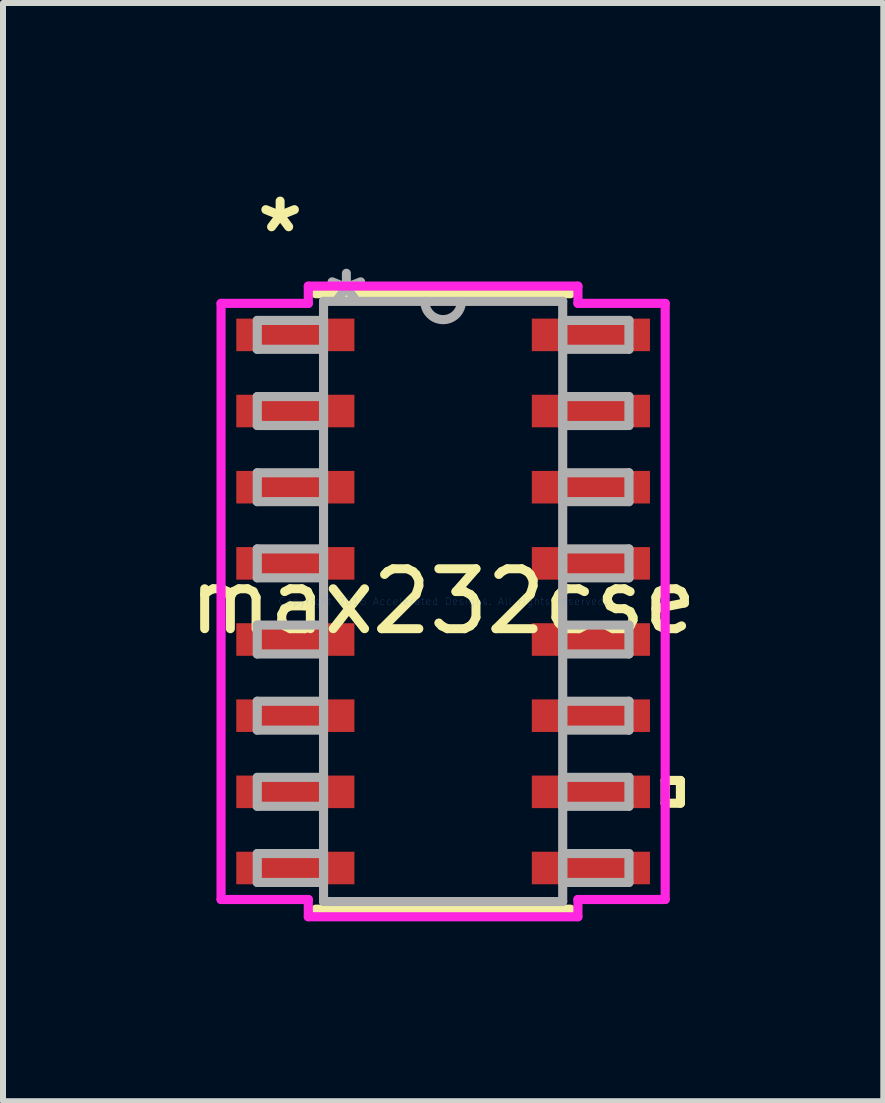
<source format=kicad_pcb>
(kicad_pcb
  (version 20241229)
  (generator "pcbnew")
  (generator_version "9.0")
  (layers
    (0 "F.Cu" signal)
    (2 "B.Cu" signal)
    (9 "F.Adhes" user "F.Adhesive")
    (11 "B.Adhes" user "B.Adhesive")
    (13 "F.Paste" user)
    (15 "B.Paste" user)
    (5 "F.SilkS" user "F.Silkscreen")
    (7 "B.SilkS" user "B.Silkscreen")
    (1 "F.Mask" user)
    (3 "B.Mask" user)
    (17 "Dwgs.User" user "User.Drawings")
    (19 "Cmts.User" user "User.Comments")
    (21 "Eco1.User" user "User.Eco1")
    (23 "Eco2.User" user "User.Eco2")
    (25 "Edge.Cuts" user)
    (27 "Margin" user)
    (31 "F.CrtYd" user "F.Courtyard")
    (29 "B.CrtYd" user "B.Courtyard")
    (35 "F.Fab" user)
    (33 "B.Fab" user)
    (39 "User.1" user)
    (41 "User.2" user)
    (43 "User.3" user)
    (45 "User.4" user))
  (footprint "max232cse"
    (layer "F.Cu")
    (at 4.339 6.979)
    (property "Reference" "max232cse" (at 0 0 0) (layer "F.SilkS") (effects (font (size 1 1) (thickness 0.15))))
    (attr through_hole)
    (fp_line (start -2.121 5.131) (end 2.121 5.131) (stroke (width 0.152) (type solid)) (layer "F.SilkS"))
    (fp_line (start 2.121 -5.131) (end -2.121 -5.131) (stroke (width 0.152) (type solid)) (layer "F.SilkS"))
    (fp_line (start 3.703 2.985) (end 3.957 2.985) (stroke (width 0.152) (type solid)) (layer "F.SilkS"))
    (fp_line (start 3.703 3.365) (end 3.703 2.985) (stroke (width 0.152) (type solid)) (layer "F.SilkS"))
    (fp_line (start 3.957 2.985) (end 3.957 3.365) (stroke (width 0.152) (type solid)) (layer "F.SilkS"))
    (fp_line (start 3.957 3.365) (end 3.703 3.365) (stroke (width 0.152) (type solid)) (layer "F.SilkS"))
    (fp_line (start -3.703 -4.97) (end -2.248 -4.97) (stroke (width 0.152) (type solid)) (layer "F.CrtYd"))
    (fp_line (start -3.703 4.97) (end -3.703 -4.97) (stroke (width 0.152) (type solid)) (layer "F.CrtYd"))
    (fp_line (start -2.248 -5.258) (end 2.248 -5.258) (stroke (width 0.152) (type solid)) (layer "F.CrtYd"))
    (fp_line (start -2.248 -4.97) (end -2.248 -5.258) (stroke (width 0.152) (type solid)) (layer "F.CrtYd"))
    (fp_line (start -2.248 4.97) (end -3.703 4.97) (stroke (width 0.152) (type solid)) (layer "F.CrtYd"))
    (fp_line (start -2.248 5.258) (end -2.248 4.97) (stroke (width 0.152) (type solid)) (layer "F.CrtYd"))
    (fp_line (start 2.248 -5.258) (end 2.248 -4.97) (stroke (width 0.152) (type solid)) (layer "F.CrtYd"))
    (fp_line (start 2.248 -4.97) (end 3.703 -4.97) (stroke (width 0.152) (type solid)) (layer "F.CrtYd"))
    (fp_line (start 2.248 4.97) (end 2.248 5.258) (stroke (width 0.152) (type solid)) (layer "F.CrtYd"))
    (fp_line (start 2.248 5.258) (end -2.248 5.258) (stroke (width 0.152) (type solid)) (layer "F.CrtYd"))
    (fp_line (start 3.703 -4.97) (end 3.703 4.97) (stroke (width 0.152) (type solid)) (layer "F.CrtYd"))
    (fp_line (start 3.703 4.97) (end 2.248 4.97) (stroke (width 0.152) (type solid)) (layer "F.CrtYd"))
    (fp_line (start -3.099 -4.686) (end -3.099 -4.204) (stroke (width 0.152) (type solid)) (layer "F.Fab"))
    (fp_line (start -3.099 -4.204) (end -1.994 -4.204) (stroke (width 0.152) (type solid)) (layer "F.Fab"))
    (fp_line (start -3.099 -3.416) (end -3.099 -2.934) (stroke (width 0.152) (type solid)) (layer "F.Fab"))
    (fp_line (start -3.099 -2.934) (end -1.994 -2.934) (stroke (width 0.152) (type solid)) (layer "F.Fab"))
    (fp_line (start -3.099 -2.146) (end -3.099 -1.664) (stroke (width 0.152) (type solid)) (layer "F.Fab"))
    (fp_line (start -3.099 -1.664) (end -1.994 -1.664) (stroke (width 0.152) (type solid)) (layer "F.Fab"))
    (fp_line (start -3.099 -0.876) (end -3.099 -0.394) (stroke (width 0.152) (type solid)) (layer "F.Fab"))
    (fp_line (start -3.099 -0.394) (end -1.994 -0.394) (stroke (width 0.152) (type solid)) (layer "F.Fab"))
    (fp_line (start -3.099 0.394) (end -3.099 0.876) (stroke (width 0.152) (type solid)) (layer "F.Fab"))
    (fp_line (start -3.099 0.876) (end -1.994 0.876) (stroke (width 0.152) (type solid)) (layer "F.Fab"))
    (fp_line (start -3.099 1.664) (end -3.099 2.146) (stroke (width 0.152) (type solid)) (layer "F.Fab"))
    (fp_line (start -3.099 2.146) (end -1.994 2.146) (stroke (width 0.152) (type solid)) (layer "F.Fab"))
    (fp_line (start -3.099 2.934) (end -3.099 3.416) (stroke (width 0.152) (type solid)) (layer "F.Fab"))
    (fp_line (start -3.099 3.416) (end -1.994 3.416) (stroke (width 0.152) (type solid)) (layer "F.Fab"))
    (fp_line (start -3.099 4.204) (end -3.099 4.686) (stroke (width 0.152) (type solid)) (layer "F.Fab"))
    (fp_line (start -3.099 4.686) (end -1.994 4.686) (stroke (width 0.152) (type solid)) (layer "F.Fab"))
    (fp_line (start -1.994 -5.004) (end -1.994 5.004) (stroke (width 0.152) (type solid)) (layer "F.Fab"))
    (fp_line (start -1.994 -4.686) (end -3.099 -4.686) (stroke (width 0.152) (type solid)) (layer "F.Fab"))
    (fp_line (start -1.994 -4.204) (end -1.994 -4.686) (stroke (width 0.152) (type solid)) (layer "F.Fab"))
    (fp_line (start -1.994 -3.416) (end -3.099 -3.416) (stroke (width 0.152) (type solid)) (layer "F.Fab"))
    (fp_line (start -1.994 -2.934) (end -1.994 -3.416) (stroke (width 0.152) (type solid)) (layer "F.Fab"))
    (fp_line (start -1.994 -2.146) (end -3.099 -2.146) (stroke (width 0.152) (type solid)) (layer "F.Fab"))
    (fp_line (start -1.994 -1.664) (end -1.994 -2.146) (stroke (width 0.152) (type solid)) (layer "F.Fab"))
    (fp_line (start -1.994 -0.876) (end -3.099 -0.876) (stroke (width 0.152) (type solid)) (layer "F.Fab"))
    (fp_line (start -1.994 -0.394) (end -1.994 -0.876) (stroke (width 0.152) (type solid)) (layer "F.Fab"))
    (fp_line (start -1.994 0.394) (end -3.099 0.394) (stroke (width 0.152) (type solid)) (layer "F.Fab"))
    (fp_line (start -1.994 0.876) (end -1.994 0.394) (stroke (width 0.152) (type solid)) (layer "F.Fab"))
    (fp_line (start -1.994 1.664) (end -3.099 1.664) (stroke (width 0.152) (type solid)) (layer "F.Fab"))
    (fp_line (start -1.994 2.146) (end -1.994 1.664) (stroke (width 0.152) (type solid)) (layer "F.Fab"))
    (fp_line (start -1.994 2.934) (end -3.099 2.934) (stroke (width 0.152) (type solid)) (layer "F.Fab"))
    (fp_line (start -1.994 3.416) (end -1.994 2.934) (stroke (width 0.152) (type solid)) (layer "F.Fab"))
    (fp_line (start -1.994 4.204) (end -3.099 4.204) (stroke (width 0.152) (type solid)) (layer "F.Fab"))
    (fp_line (start -1.994 4.686) (end -1.994 4.204) (stroke (width 0.152) (type solid)) (layer "F.Fab"))
    (fp_line (start -1.994 5.004) (end 1.994 5.004) (stroke (width 0.152) (type solid)) (layer "F.Fab"))
    (fp_line (start 1.994 -5.004) (end -1.994 -5.004) (stroke (width 0.152) (type solid)) (layer "F.Fab"))
    (fp_line (start 1.994 -4.686) (end 1.994 -4.204) (stroke (width 0.152) (type solid)) (layer "F.Fab"))
    (fp_line (start 1.994 -4.204) (end 3.099 -4.204) (stroke (width 0.152) (type solid)) (layer "F.Fab"))
    (fp_line (start 1.994 -3.416) (end 1.994 -2.934) (stroke (width 0.152) (type solid)) (layer "F.Fab"))
    (fp_line (start 1.994 -2.934) (end 3.099 -2.934) (stroke (width 0.152) (type solid)) (layer "F.Fab"))
    (fp_line (start 1.994 -2.146) (end 1.994 -1.664) (stroke (width 0.152) (type solid)) (layer "F.Fab"))
    (fp_line (start 1.994 -1.664) (end 3.099 -1.664) (stroke (width 0.152) (type solid)) (layer "F.Fab"))
    (fp_line (start 1.994 -0.876) (end 1.994 -0.394) (stroke (width 0.152) (type solid)) (layer "F.Fab"))
    (fp_line (start 1.994 -0.394) (end 3.099 -0.394) (stroke (width 0.152) (type solid)) (layer "F.Fab"))
    (fp_line (start 1.994 0.394) (end 1.994 0.876) (stroke (width 0.152) (type solid)) (layer "F.Fab"))
    (fp_line (start 1.994 0.876) (end 3.099 0.876) (stroke (width 0.152) (type solid)) (layer "F.Fab"))
    (fp_line (start 1.994 1.664) (end 1.994 2.146) (stroke (width 0.152) (type solid)) (layer "F.Fab"))
    (fp_line (start 1.994 2.146) (end 3.099 2.146) (stroke (width 0.152) (type solid)) (layer "F.Fab"))
    (fp_line (start 1.994 2.934) (end 1.994 3.416) (stroke (width 0.152) (type solid)) (layer "F.Fab"))
    (fp_line (start 1.994 3.416) (end 3.099 3.416) (stroke (width 0.152) (type solid)) (layer "F.Fab"))
    (fp_line (start 1.994 4.204) (end 1.994 4.686) (stroke (width 0.152) (type solid)) (layer "F.Fab"))
    (fp_line (start 1.994 4.686) (end 3.099 4.686) (stroke (width 0.152) (type solid)) (layer "F.Fab"))
    (fp_line (start 1.994 5.004) (end 1.994 -5.004) (stroke (width 0.152) (type solid)) (layer "F.Fab"))
    (fp_line (start 3.099 -4.686) (end 1.994 -4.686) (stroke (width 0.152) (type solid)) (layer "F.Fab"))
    (fp_line (start 3.099 -4.204) (end 3.099 -4.686) (stroke (width 0.152) (type solid)) (layer "F.Fab"))
    (fp_line (start 3.099 -3.416) (end 1.994 -3.416) (stroke (width 0.152) (type solid)) (layer "F.Fab"))
    (fp_line (start 3.099 -2.934) (end 3.099 -3.416) (stroke (width 0.152) (type solid)) (layer "F.Fab"))
    (fp_line (start 3.099 -2.146) (end 1.994 -2.146) (stroke (width 0.152) (type solid)) (layer "F.Fab"))
    (fp_line (start 3.099 -1.664) (end 3.099 -2.146) (stroke (width 0.152) (type solid)) (layer "F.Fab"))
    (fp_line (start 3.099 -0.876) (end 1.994 -0.876) (stroke (width 0.152) (type solid)) (layer "F.Fab"))
    (fp_line (start 3.099 -0.394) (end 3.099 -0.876) (stroke (width 0.152) (type solid)) (layer "F.Fab"))
    (fp_line (start 3.099 0.394) (end 1.994 0.394) (stroke (width 0.152) (type solid)) (layer "F.Fab"))
    (fp_line (start 3.099 0.876) (end 3.099 0.394) (stroke (width 0.152) (type solid)) (layer "F.Fab"))
    (fp_line (start 3.099 1.664) (end 1.994 1.664) (stroke (width 0.152) (type solid)) (layer "F.Fab"))
    (fp_line (start 3.099 2.146) (end 3.099 1.664) (stroke (width 0.152) (type solid)) (layer "F.Fab"))
    (fp_line (start 3.099 2.934) (end 1.994 2.934) (stroke (width 0.152) (type solid)) (layer "F.Fab"))
    (fp_line (start 3.099 3.416) (end 3.099 2.934) (stroke (width 0.152) (type solid)) (layer "F.Fab"))
    (fp_line (start 3.099 4.204) (end 1.994 4.204) (stroke (width 0.152) (type solid)) (layer "F.Fab"))
    (fp_line (start 3.099 4.686) (end 3.099 4.204) (stroke (width 0.152) (type solid)) (layer "F.Fab"))
    (fp_arc (start 0.3048 -5.0038) (mid 0 -4.699) (end -0.3048 -5.0038) (stroke (width 0.1524) (type solid)) (layer "F.Fab"))
    (fp_text user "*" (at -2.718 -6.131 0) (layer "F.SilkS") (effects (font (size 1 1) (thickness 0.15))))
    (fp_text user "Copyright 2016 Accelerated Designs. All rights reserved." (at 0 0 0) (layer "Cmts.User") (effects (font (size 0.127 0.127) (thickness 0.002))))
    (fp_text user "*" (at -1.613 -4.928 0) (layer "F.Fab") (effects (font (size 1 1) (thickness 0.15))))
    (pad "1" smd rect (at -2.464 -4.445) (size 1.97 0.543) (layers "F.Cu" "F.Mask" "F.Paste"))
    (pad "2" smd rect (at -2.464 -3.175) (size 1.97 0.543) (layers "F.Cu" "F.Mask" "F.Paste"))
    (pad "3" smd rect (at -2.464 -1.905) (size 1.97 0.543) (layers "F.Cu" "F.Mask" "F.Paste"))
    (pad "4" smd rect (at -2.464 -0.635) (size 1.97 0.543) (layers "F.Cu" "F.Mask" "F.Paste"))
    (pad "5" smd rect (at -2.464 0.635) (size 1.97 0.543) (layers "F.Cu" "F.Mask" "F.Paste"))
    (pad "6" smd rect (at -2.464 1.905) (size 1.97 0.543) (layers "F.Cu" "F.Mask" "F.Paste"))
    (pad "7" smd rect (at -2.464 3.175) (size 1.97 0.543) (layers "F.Cu" "F.Mask" "F.Paste"))
    (pad "8" smd rect (at -2.464 4.445) (size 1.97 0.543) (layers "F.Cu" "F.Mask" "F.Paste"))
    (pad "9" smd rect (at 2.464 4.445) (size 1.97 0.543) (layers "F.Cu" "F.Mask" "F.Paste"))
    (pad "10" smd rect (at 2.464 3.175) (size 1.97 0.543) (layers "F.Cu" "F.Mask" "F.Paste"))
    (pad "11" smd rect (at 2.464 1.905) (size 1.97 0.543) (layers "F.Cu" "F.Mask" "F.Paste"))
    (pad "12" smd rect (at 2.464 0.635) (size 1.97 0.543) (layers "F.Cu" "F.Mask" "F.Paste"))
    (pad "13" smd rect (at 2.464 -0.635) (size 1.97 0.543) (layers "F.Cu" "F.Mask" "F.Paste"))
    (pad "14" smd rect (at 2.464 -1.905) (size 1.97 0.543) (layers "F.Cu" "F.Mask" "F.Paste"))
    (pad "15" smd rect (at 2.464 -3.175) (size 1.97 0.543) (layers "F.Cu" "F.Mask" "F.Paste"))
    (pad "16" smd rect (at 2.464 -4.445) (size 1.97 0.543) (layers "F.Cu" "F.Mask" "F.Paste")))
  (gr_rect
    (start -3 -3)
    (end 11.679 15.313)
    (stroke (width 0.1) (type default))
    (fill no)
    (layer "Edge.Cuts")))
</source>
